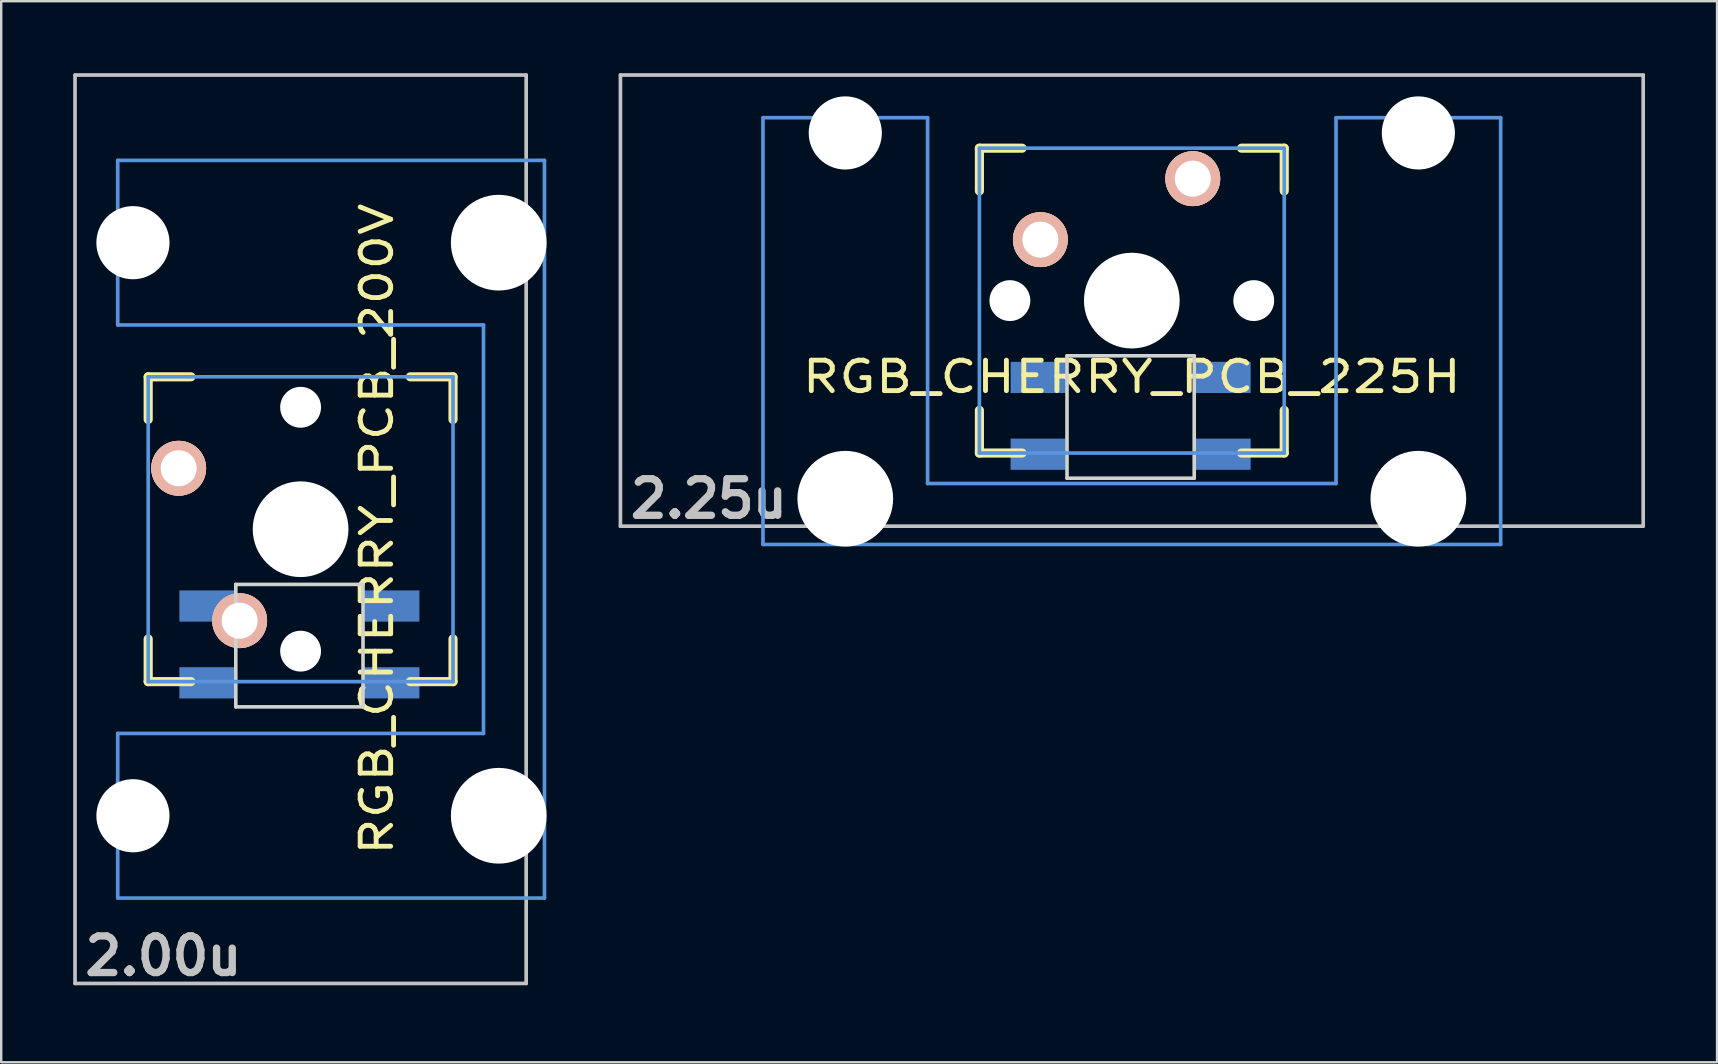
<source format=kicad_pcb>
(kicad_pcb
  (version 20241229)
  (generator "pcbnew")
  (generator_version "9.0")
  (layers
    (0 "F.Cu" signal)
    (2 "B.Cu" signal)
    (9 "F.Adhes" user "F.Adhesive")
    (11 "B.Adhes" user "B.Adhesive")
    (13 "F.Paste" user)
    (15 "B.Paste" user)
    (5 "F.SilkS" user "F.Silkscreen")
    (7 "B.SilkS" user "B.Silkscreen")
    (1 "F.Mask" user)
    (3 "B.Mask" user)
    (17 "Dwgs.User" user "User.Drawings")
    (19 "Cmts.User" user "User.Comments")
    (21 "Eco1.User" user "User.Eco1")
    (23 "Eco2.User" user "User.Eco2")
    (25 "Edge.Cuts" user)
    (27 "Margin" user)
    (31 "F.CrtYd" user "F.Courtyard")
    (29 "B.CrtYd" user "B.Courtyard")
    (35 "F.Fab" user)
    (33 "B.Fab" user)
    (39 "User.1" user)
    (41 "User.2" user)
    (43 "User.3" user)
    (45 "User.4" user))
  (footprint "RGB_CHERRY_PCB_225H"
    (layer "F.Cu")
    (at 44.105 9.474)
    (property "Reference" "RGB_CHERRY_PCB_225H" (at 0 3.175 0) (layer "F.SilkS") (effects (font (size 1.27 1.524) (thickness 0.203))))
    (attr through_hole)
    (fp_line (start -6.35 -6.35) (end -4.572 -6.35) (stroke (width 0.381) (type solid)) (layer "F.SilkS"))
    (fp_line (start -6.35 -4.572) (end -6.35 -6.35) (stroke (width 0.381) (type solid)) (layer "F.SilkS"))
    (fp_line (start -6.35 6.35) (end -6.35 4.572) (stroke (width 0.381) (type solid)) (layer "F.SilkS"))
    (fp_line (start -4.572 6.35) (end -6.35 6.35) (stroke (width 0.381) (type solid)) (layer "F.SilkS"))
    (fp_line (start 4.572 -6.35) (end 6.35 -6.35) (stroke (width 0.381) (type solid)) (layer "F.SilkS"))
    (fp_line (start 6.35 -6.35) (end 6.35 -4.572) (stroke (width 0.381) (type solid)) (layer "F.SilkS"))
    (fp_line (start 6.35 4.572) (end 6.35 6.35) (stroke (width 0.381) (type solid)) (layer "F.SilkS"))
    (fp_line (start 6.35 6.35) (end 4.572 6.35) (stroke (width 0.381) (type solid)) (layer "F.SilkS"))
    (fp_line (start -21.306 -9.398) (end 21.306 -9.398) (stroke (width 0.152) (type solid)) (layer "Dwgs.User"))
    (fp_line (start -21.306 9.398) (end -21.306 -9.398) (stroke (width 0.152) (type solid)) (layer "Dwgs.User"))
    (fp_line (start 21.306 -9.398) (end 21.306 9.398) (stroke (width 0.152) (type solid)) (layer "Dwgs.User"))
    (fp_line (start 21.306 9.398) (end -21.306 9.398) (stroke (width 0.152) (type solid)) (layer "Dwgs.User"))
    (fp_line (start -15.367 -7.62) (end -15.367 10.16) (stroke (width 0.152) (type solid)) (layer "Cmts.User"))
    (fp_line (start -15.367 10.16) (end 15.367 10.16) (stroke (width 0.152) (type solid)) (layer "Cmts.User"))
    (fp_line (start -8.509 -7.62) (end -15.367 -7.62) (stroke (width 0.152) (type solid)) (layer "Cmts.User"))
    (fp_line (start -8.509 7.62) (end -8.509 -7.62) (stroke (width 0.152) (type solid)) (layer "Cmts.User"))
    (fp_line (start -6.35 -6.35) (end 6.35 -6.35) (stroke (width 0.152) (type solid)) (layer "Cmts.User"))
    (fp_line (start -6.35 6.35) (end -6.35 -6.35) (stroke (width 0.152) (type solid)) (layer "Cmts.User"))
    (fp_line (start 6.35 -6.35) (end 6.35 6.35) (stroke (width 0.152) (type solid)) (layer "Cmts.User"))
    (fp_line (start 6.35 6.35) (end -6.35 6.35) (stroke (width 0.152) (type solid)) (layer "Cmts.User"))
    (fp_line (start 8.509 -7.62) (end 8.509 7.62) (stroke (width 0.152) (type solid)) (layer "Cmts.User"))
    (fp_line (start 8.509 7.62) (end -8.509 7.62) (stroke (width 0.152) (type solid)) (layer "Cmts.User"))
    (fp_line (start 15.367 -7.62) (end 8.509 -7.62) (stroke (width 0.152) (type solid)) (layer "Cmts.User"))
    (fp_line (start 15.367 10.16) (end 15.367 -7.62) (stroke (width 0.152) (type solid)) (layer "Cmts.User"))
    (fp_line (start -16.129 -2.286) (end -15.265 -2.286) (stroke (width 0.152) (type solid)) (layer "Eco2.User"))
    (fp_line (start -16.129 0.508) (end -16.129 -2.286) (stroke (width 0.152) (type solid)) (layer "Eco2.User"))
    (fp_line (start -15.265 -5.69) (end -8.611 -5.69) (stroke (width 0.152) (type solid)) (layer "Eco2.User"))
    (fp_line (start -15.265 -2.286) (end -15.265 -5.69) (stroke (width 0.152) (type solid)) (layer "Eco2.User"))
    (fp_line (start -15.265 0.508) (end -16.129 0.508) (stroke (width 0.152) (type solid)) (layer "Eco2.User"))
    (fp_line (start -15.265 6.604) (end -15.265 0.508) (stroke (width 0.152) (type solid)) (layer "Eco2.User"))
    (fp_line (start -14.224 6.604) (end -15.265 6.604) (stroke (width 0.152) (type solid)) (layer "Eco2.User"))
    (fp_line (start -14.224 7.772) (end -14.224 6.604) (stroke (width 0.152) (type solid)) (layer "Eco2.User"))
    (fp_line (start -9.652 6.604) (end -9.652 7.772) (stroke (width 0.152) (type solid)) (layer "Eco2.User"))
    (fp_line (start -9.652 7.772) (end -14.224 7.772) (stroke (width 0.152) (type solid)) (layer "Eco2.User"))
    (fp_line (start -8.611 -5.69) (end -8.611 -4.877) (stroke (width 0.152) (type solid)) (layer "Eco2.User"))
    (fp_line (start -8.611 -4.877) (end -6.985 -4.877) (stroke (width 0.152) (type solid)) (layer "Eco2.User"))
    (fp_line (start -8.611 5.817) (end -8.611 6.604) (stroke (width 0.152) (type solid)) (layer "Eco2.User"))
    (fp_line (start -8.611 6.604) (end -9.652 6.604) (stroke (width 0.152) (type solid)) (layer "Eco2.User"))
    (fp_line (start -6.985 -6.985) (end 6.985 -6.985) (stroke (width 0.152) (type solid)) (layer "Eco2.User"))
    (fp_line (start -6.985 -4.877) (end -6.985 -6.985) (stroke (width 0.152) (type solid)) (layer "Eco2.User"))
    (fp_line (start -6.985 5.817) (end -8.611 5.817) (stroke (width 0.152) (type solid)) (layer "Eco2.User"))
    (fp_line (start -6.985 6.985) (end -6.985 5.817) (stroke (width 0.152) (type solid)) (layer "Eco2.User"))
    (fp_line (start 6.985 -6.985) (end 6.985 -4.877) (stroke (width 0.152) (type solid)) (layer "Eco2.User"))
    (fp_line (start 6.985 -4.877) (end 8.611 -4.877) (stroke (width 0.152) (type solid)) (layer "Eco2.User"))
    (fp_line (start 6.985 5.817) (end 6.985 6.985) (stroke (width 0.152) (type solid)) (layer "Eco2.User"))
    (fp_line (start 6.985 6.985) (end -6.985 6.985) (stroke (width 0.152) (type solid)) (layer "Eco2.User"))
    (fp_line (start 8.611 -5.69) (end 15.265 -5.69) (stroke (width 0.152) (type solid)) (layer "Eco2.User"))
    (fp_line (start 8.611 -4.877) (end 8.611 -5.69) (stroke (width 0.152) (type solid)) (layer "Eco2.User"))
    (fp_line (start 8.611 5.817) (end 6.985 5.817) (stroke (width 0.152) (type solid)) (layer "Eco2.User"))
    (fp_line (start 8.611 6.604) (end 8.611 5.817) (stroke (width 0.152) (type solid)) (layer "Eco2.User"))
    (fp_line (start 9.652 6.604) (end 8.611 6.604) (stroke (width 0.152) (type solid)) (layer "Eco2.User"))
    (fp_line (start 9.652 7.772) (end 9.652 6.604) (stroke (width 0.152) (type solid)) (layer "Eco2.User"))
    (fp_line (start 14.224 6.604) (end 14.224 7.772) (stroke (width 0.152) (type solid)) (layer "Eco2.User"))
    (fp_line (start 14.224 7.772) (end 9.652 7.772) (stroke (width 0.152) (type solid)) (layer "Eco2.User"))
    (fp_line (start 15.265 -5.69) (end 15.265 -2.286) (stroke (width 0.152) (type solid)) (layer "Eco2.User"))
    (fp_line (start 15.265 -2.286) (end 16.129 -2.286) (stroke (width 0.152) (type solid)) (layer "Eco2.User"))
    (fp_line (start 15.265 0.508) (end 15.265 6.604) (stroke (width 0.152) (type solid)) (layer "Eco2.User"))
    (fp_line (start 15.265 6.604) (end 14.224 6.604) (stroke (width 0.152) (type solid)) (layer "Eco2.User"))
    (fp_line (start 16.129 -2.286) (end 16.129 0.508) (stroke (width 0.152) (type solid)) (layer "Eco2.User"))
    (fp_line (start 16.129 0.508) (end 15.265 0.508) (stroke (width 0.152) (type solid)) (layer "Eco2.User"))
    (fp_line (start -2.7 2.3) (end -2.7 7.4) (stroke (width 0.15) (type solid)) (layer "Edge.Cuts"))
    (fp_line (start -2.7 2.3) (end 2.6 2.3) (stroke (width 0.15) (type solid)) (layer "Edge.Cuts"))
    (fp_line (start 2.6 2.3) (end 2.6 7.4) (stroke (width 0.15) (type solid)) (layer "Edge.Cuts"))
    (fp_line (start 2.6 7.4) (end -2.7 7.4) (stroke (width 0.15) (type solid)) (layer "Edge.Cuts"))
    (fp_text user "2.25u" (at -17.623 8.255 0) (layer "Dwgs.User") (effects (font (size 1.524 1.524) (thickness 0.305))))
    (pad "" np_thru_hole circle (at -11.938 -6.985) (size 3.048 3.048) (drill 3.048) (layers "*.Cu"))
    (pad "" np_thru_hole circle (at -11.938 8.255) (size 3.988 3.988) (drill 3.988) (layers "*.Cu"))
    (pad "" np_thru_hole circle (at -5.08 0) (size 1.702 1.702) (drill 1.702) (layers "*.Cu"))
    (pad "" np_thru_hole circle (at 0 0) (size 3.988 3.988) (drill 3.988) (layers "*.Cu"))
    (pad "" np_thru_hole circle (at 5.08 0) (size 1.702 1.702) (drill 1.702) (layers "*.Cu"))
    (pad "" np_thru_hole circle (at 11.938 -6.985) (size 3.048 3.048) (drill 3.048) (layers "*.Cu"))
    (pad "" np_thru_hole circle (at 11.938 8.255) (size 3.988 3.988) (drill 3.988) (layers "*.Cu"))
    (pad "1" thru_hole circle (at 2.54 -5.08) (size 2.286 2.286) (drill 1.499) (layers "*.Cu" "*.SilkS" "*.Mask"))
    (pad "2" thru_hole circle (at -3.81 -2.54) (size 2.286 2.286) (drill 1.499) (layers "*.Cu" "*.SilkS" "*.Mask"))
    (pad "3" smd rect (at -2.8 3.2) (size 2.3 1.3) (drill (offset -1.1 0)) (layers "B.Cu" "B.Mask" "B.Paste"))
    (pad "4" smd rect (at -2.8 6.4) (size 2.3 1.3) (drill (offset -1.1 0)) (layers "B.Cu" "B.Mask" "B.Paste"))
    (pad "5" smd rect (at 2.7 6.4) (size 2.3 1.3) (drill (offset 1.1 0)) (layers "B.Cu" "B.Mask" "B.Paste"))
    (pad "6" smd rect (at 2.7 3.2) (size 2.3 1.3) (drill (offset 1.1 0)) (layers "B.Cu" "B.Mask" "B.Paste")))
  (footprint "RGB_CHERRY_PCB_200V"
    (layer "F.Cu")
    (at 9.474 18.999)
    (property "Reference" "RGB_CHERRY_PCB_200V" (at 3.175 0 90) (layer "F.SilkS") (effects (font (size 1.27 1.524) (thickness 0.203))))
    (attr through_hole)
    (fp_line (start -6.35 -6.35) (end -4.572 -6.35) (stroke (width 0.381) (type solid)) (layer "F.SilkS"))
    (fp_line (start -6.35 -4.572) (end -6.35 -6.35) (stroke (width 0.381) (type solid)) (layer "F.SilkS"))
    (fp_line (start -6.35 6.35) (end -6.35 4.572) (stroke (width 0.381) (type solid)) (layer "F.SilkS"))
    (fp_line (start -4.572 6.35) (end -6.35 6.35) (stroke (width 0.381) (type solid)) (layer "F.SilkS"))
    (fp_line (start 4.572 -6.35) (end 6.35 -6.35) (stroke (width 0.381) (type solid)) (layer "F.SilkS"))
    (fp_line (start 6.35 -6.35) (end 6.35 -4.572) (stroke (width 0.381) (type solid)) (layer "F.SilkS"))
    (fp_line (start 6.35 4.572) (end 6.35 6.35) (stroke (width 0.381) (type solid)) (layer "F.SilkS"))
    (fp_line (start 6.35 6.35) (end 4.572 6.35) (stroke (width 0.381) (type solid)) (layer "F.SilkS"))
    (fp_line (start -9.398 -18.923) (end 9.398 -18.923) (stroke (width 0.152) (type solid)) (layer "Dwgs.User"))
    (fp_line (start -9.398 18.923) (end -9.398 -18.923) (stroke (width 0.152) (type solid)) (layer "Dwgs.User"))
    (fp_line (start 9.398 -18.923) (end 9.398 18.923) (stroke (width 0.152) (type solid)) (layer "Dwgs.User"))
    (fp_line (start 9.398 18.923) (end -9.398 18.923) (stroke (width 0.152) (type solid)) (layer "Dwgs.User"))
    (fp_line (start -7.62 -15.367) (end -7.62 -8.509) (stroke (width 0.152) (type solid)) (layer "Cmts.User"))
    (fp_line (start -7.62 -8.509) (end 7.62 -8.509) (stroke (width 0.152) (type solid)) (layer "Cmts.User"))
    (fp_line (start -7.62 8.509) (end -7.62 15.367) (stroke (width 0.152) (type solid)) (layer "Cmts.User"))
    (fp_line (start -7.62 15.367) (end 10.16 15.367) (stroke (width 0.152) (type solid)) (layer "Cmts.User"))
    (fp_line (start -6.35 -6.35) (end 6.35 -6.35) (stroke (width 0.152) (type solid)) (layer "Cmts.User"))
    (fp_line (start -6.35 6.35) (end -6.35 -6.35) (stroke (width 0.152) (type solid)) (layer "Cmts.User"))
    (fp_line (start 6.35 -6.35) (end 6.35 6.35) (stroke (width 0.152) (type solid)) (layer "Cmts.User"))
    (fp_line (start 6.35 6.35) (end -6.35 6.35) (stroke (width 0.152) (type solid)) (layer "Cmts.User"))
    (fp_line (start 7.62 -8.509) (end 7.62 8.509) (stroke (width 0.152) (type solid)) (layer "Cmts.User"))
    (fp_line (start 7.62 8.509) (end -7.62 8.509) (stroke (width 0.152) (type solid)) (layer "Cmts.User"))
    (fp_line (start 10.16 -15.367) (end -7.62 -15.367) (stroke (width 0.152) (type solid)) (layer "Cmts.User"))
    (fp_line (start 10.16 15.367) (end 10.16 -15.367) (stroke (width 0.152) (type solid)) (layer "Cmts.User"))
    (fp_line (start -6.985 -6.985) (end -4.877 -6.985) (stroke (width 0.152) (type solid)) (layer "Eco2.User"))
    (fp_line (start -6.985 6.985) (end -6.985 -6.985) (stroke (width 0.152) (type solid)) (layer "Eco2.User"))
    (fp_line (start -5.69 -15.265) (end -2.286 -15.265) (stroke (width 0.152) (type solid)) (layer "Eco2.User"))
    (fp_line (start -5.69 -8.611) (end -5.69 -15.265) (stroke (width 0.152) (type solid)) (layer "Eco2.User"))
    (fp_line (start -5.69 8.611) (end -4.877 8.611) (stroke (width 0.152) (type solid)) (layer "Eco2.User"))
    (fp_line (start -5.69 15.265) (end -5.69 8.611) (stroke (width 0.152) (type solid)) (layer "Eco2.User"))
    (fp_line (start -4.877 -8.611) (end -5.69 -8.611) (stroke (width 0.152) (type solid)) (layer "Eco2.User"))
    (fp_line (start -4.877 -6.985) (end -4.877 -8.611) (stroke (width 0.152) (type solid)) (layer "Eco2.User"))
    (fp_line (start -4.877 6.985) (end -6.985 6.985) (stroke (width 0.152) (type solid)) (layer "Eco2.User"))
    (fp_line (start -4.877 8.611) (end -4.877 6.985) (stroke (width 0.152) (type solid)) (layer "Eco2.User"))
    (fp_line (start -2.286 -16.129) (end 0.508 -16.129) (stroke (width 0.152) (type solid)) (layer "Eco2.User"))
    (fp_line (start -2.286 -15.265) (end -2.286 -16.129) (stroke (width 0.152) (type solid)) (layer "Eco2.User"))
    (fp_line (start -2.286 15.265) (end -5.69 15.265) (stroke (width 0.152) (type solid)) (layer "Eco2.User"))
    (fp_line (start -2.286 16.129) (end -2.286 15.265) (stroke (width 0.152) (type solid)) (layer "Eco2.User"))
    (fp_line (start 0.508 -16.129) (end 0.508 -15.265) (stroke (width 0.152) (type solid)) (layer "Eco2.User"))
    (fp_line (start 0.508 -15.265) (end 6.604 -15.265) (stroke (width 0.152) (type solid)) (layer "Eco2.User"))
    (fp_line (start 0.508 15.265) (end 0.508 16.129) (stroke (width 0.152) (type solid)) (layer "Eco2.User"))
    (fp_line (start 0.508 16.129) (end -2.286 16.129) (stroke (width 0.152) (type solid)) (layer "Eco2.User"))
    (fp_line (start 5.817 -8.611) (end 5.817 -6.985) (stroke (width 0.152) (type solid)) (layer "Eco2.User"))
    (fp_line (start 5.817 -6.985) (end 6.985 -6.985) (stroke (width 0.152) (type solid)) (layer "Eco2.User"))
    (fp_line (start 5.817 6.985) (end 5.817 8.611) (stroke (width 0.152) (type solid)) (layer "Eco2.User"))
    (fp_line (start 5.817 8.611) (end 6.604 8.611) (stroke (width 0.152) (type solid)) (layer "Eco2.User"))
    (fp_line (start 6.604 -15.265) (end 6.604 -14.224) (stroke (width 0.152) (type solid)) (layer "Eco2.User"))
    (fp_line (start 6.604 -14.224) (end 7.772 -14.224) (stroke (width 0.152) (type solid)) (layer "Eco2.User"))
    (fp_line (start 6.604 -9.652) (end 6.604 -8.611) (stroke (width 0.152) (type solid)) (layer "Eco2.User"))
    (fp_line (start 6.604 -8.611) (end 5.817 -8.611) (stroke (width 0.152) (type solid)) (layer "Eco2.User"))
    (fp_line (start 6.604 8.611) (end 6.604 9.652) (stroke (width 0.152) (type solid)) (layer "Eco2.User"))
    (fp_line (start 6.604 9.652) (end 7.772 9.652) (stroke (width 0.152) (type solid)) (layer "Eco2.User"))
    (fp_line (start 6.604 14.224) (end 6.604 15.265) (stroke (width 0.152) (type solid)) (layer "Eco2.User"))
    (fp_line (start 6.604 15.265) (end 0.508 15.265) (stroke (width 0.152) (type solid)) (layer "Eco2.User"))
    (fp_line (start 6.985 -6.985) (end 6.985 6.985) (stroke (width 0.152) (type solid)) (layer "Eco2.User"))
    (fp_line (start 6.985 6.985) (end 5.817 6.985) (stroke (width 0.152) (type solid)) (layer "Eco2.User"))
    (fp_line (start 7.772 -14.224) (end 7.772 -9.652) (stroke (width 0.152) (type solid)) (layer "Eco2.User"))
    (fp_line (start 7.772 -9.652) (end 6.604 -9.652) (stroke (width 0.152) (type solid)) (layer "Eco2.User"))
    (fp_line (start 7.772 9.652) (end 7.772 14.224) (stroke (width 0.152) (type solid)) (layer "Eco2.User"))
    (fp_line (start 7.772 14.224) (end 6.604 14.224) (stroke (width 0.152) (type solid)) (layer "Eco2.User"))
    (fp_line (start -2.7 2.3) (end -2.7 7.4) (stroke (width 0.15) (type solid)) (layer "Edge.Cuts"))
    (fp_line (start -2.7 2.3) (end 2.6 2.3) (stroke (width 0.15) (type solid)) (layer "Edge.Cuts"))
    (fp_line (start 2.6 2.3) (end 2.6 7.4) (stroke (width 0.15) (type solid)) (layer "Edge.Cuts"))
    (fp_line (start 2.6 7.4) (end -2.7 7.4) (stroke (width 0.15) (type solid)) (layer "Edge.Cuts"))
    (fp_text user "2.00u" (at -5.715 17.78 0) (layer "Dwgs.User") (effects (font (size 1.524 1.524) (thickness 0.305))))
    (pad "" np_thru_hole circle (at -6.985 -11.938 90) (size 3.048 3.048) (drill 3.048) (layers "*.Cu"))
    (pad "" np_thru_hole circle (at -6.985 11.938 90) (size 3.048 3.048) (drill 3.048) (layers "*.Cu"))
    (pad "" np_thru_hole circle (at 0 -5.08 90) (size 1.702 1.702) (drill 1.702) (layers "*.Cu"))
    (pad "" np_thru_hole circle (at 0 0 90) (size 3.988 3.988) (drill 3.988) (layers "*.Cu"))
    (pad "" np_thru_hole circle (at 0 5.08 90) (size 1.702 1.702) (drill 1.702) (layers "*.Cu"))
    (pad "" np_thru_hole circle (at 8.255 -11.938 90) (size 3.988 3.988) (drill 3.988) (layers "*.Cu"))
    (pad "" np_thru_hole circle (at 8.255 11.938 90) (size 3.988 3.988) (drill 3.988) (layers "*.Cu"))
    (pad "1" thru_hole circle (at -5.08 -2.54 90) (size 2.286 2.286) (drill 1.499) (layers "*.Cu" "*.SilkS" "*.Mask"))
    (pad "2" thru_hole circle (at -2.54 3.81 90) (size 2.286 2.286) (drill 1.499) (layers "*.Cu" "*.SilkS" "*.Mask"))
    (pad "3" smd rect (at -2.8 3.2) (size 2.3 1.3) (drill (offset -1.1 0)) (layers "B.Cu" "B.Mask" "B.Paste"))
    (pad "4" smd rect (at -2.8 6.4) (size 2.3 1.3) (drill (offset -1.1 0)) (layers "B.Cu" "B.Mask" "B.Paste"))
    (pad "5" smd rect (at 2.7 6.4) (size 2.3 1.3) (drill (offset 1.1 0)) (layers "B.Cu" "B.Mask" "B.Paste"))
    (pad "6" smd rect (at 2.7 3.2) (size 2.3 1.3) (drill (offset 1.1 0)) (layers "B.Cu" "B.Mask" "B.Paste")))
  (gr_rect
    (start -3 -3)
    (end 68.487 41.206)
    (stroke (width 0.1) (type default))
    (fill no)
    (layer "Edge.Cuts")))
</source>
